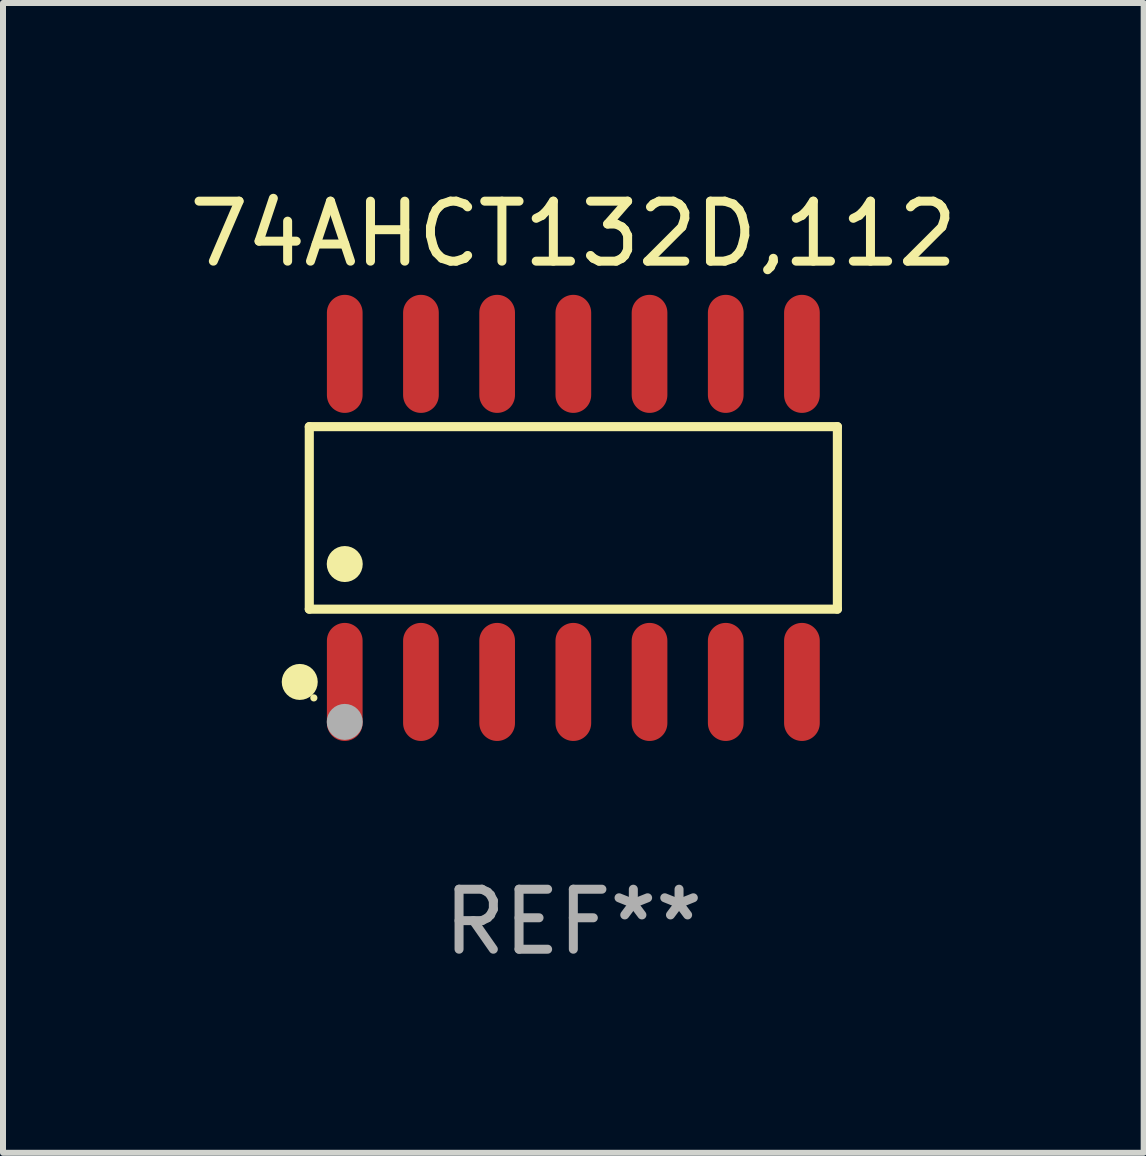
<source format=kicad_pcb>
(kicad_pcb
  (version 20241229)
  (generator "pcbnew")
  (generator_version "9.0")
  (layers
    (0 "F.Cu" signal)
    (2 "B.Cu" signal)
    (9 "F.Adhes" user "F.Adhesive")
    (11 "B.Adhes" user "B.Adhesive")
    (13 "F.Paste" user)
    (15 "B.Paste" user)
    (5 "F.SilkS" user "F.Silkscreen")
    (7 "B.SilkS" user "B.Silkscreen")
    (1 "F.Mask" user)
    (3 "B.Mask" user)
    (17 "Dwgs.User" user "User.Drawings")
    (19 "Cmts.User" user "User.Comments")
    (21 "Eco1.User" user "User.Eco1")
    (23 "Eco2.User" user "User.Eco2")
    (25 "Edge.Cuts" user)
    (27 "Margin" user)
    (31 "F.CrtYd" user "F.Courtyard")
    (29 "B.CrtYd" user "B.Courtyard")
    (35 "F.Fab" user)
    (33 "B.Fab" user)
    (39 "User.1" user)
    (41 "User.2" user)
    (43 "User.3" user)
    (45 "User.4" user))
  (footprint "74AHCT132D,112"
    (layer "F.Cu")
    (at 6.506 5.582)
    (property "Reference" "74AHCT132D,112" (at 0 -4.734 0) (layer "F.SilkS") (effects (font (size 1 1) (thickness 0.15))))
    (attr through_hole)
    (fp_line (start -4.401 -1.521) (end 4.401 -1.521) (stroke (width 0.152) (type solid)) (layer "F.SilkS"))
    (fp_line (start -4.401 1.521) (end -4.401 -1.521) (stroke (width 0.152) (type solid)) (layer "F.SilkS"))
    (fp_line (start 4.401 -1.521) (end 4.401 1.521) (stroke (width 0.152) (type solid)) (layer "F.SilkS"))
    (fp_line (start 4.401 1.521) (end -4.401 1.521) (stroke (width 0.152) (type solid)) (layer "F.SilkS"))
    (fp_circle (center -4.56 2.734) (end -4.41 2.734) (stroke (width 0.3) (type solid)) (fill no) (layer "F.SilkS"))
    (fp_circle (center -4.325 3) (end -4.295 3) (stroke (width 0.06) (type solid)) (fill no) (layer "F.SilkS"))
    (fp_circle (center -3.81 0.769) (end -3.66 0.769) (stroke (width 0.3) (type solid)) (fill no) (layer "F.SilkS"))
    (fp_circle (center -3.81 3.4) (end -3.66 3.4) (stroke (width 0.3) (type solid)) (fill no) (layer "F.Fab"))
    (fp_text user "REF**" (at 0 6.734 0) (layer "F.Fab") (effects (font (size 1 1) (thickness 0.15))))
    (pad "1" smd oval (at -3.81 2.734) (size 0.595 1.968) (layers "F.Cu" "F.Mask" "F.Paste"))
    (pad "2" smd oval (at -2.54 2.734) (size 0.595 1.968) (layers "F.Cu" "F.Mask" "F.Paste"))
    (pad "3" smd oval (at -1.27 2.734) (size 0.595 1.968) (layers "F.Cu" "F.Mask" "F.Paste"))
    (pad "4" smd oval (at 0 2.734) (size 0.595 1.968) (layers "F.Cu" "F.Mask" "F.Paste"))
    (pad "5" smd oval (at 1.27 2.734) (size 0.595 1.968) (layers "F.Cu" "F.Mask" "F.Paste"))
    (pad "6" smd oval (at 2.54 2.734) (size 0.595 1.968) (layers "F.Cu" "F.Mask" "F.Paste"))
    (pad "7" smd oval (at 3.81 2.734) (size 0.595 1.968) (layers "F.Cu" "F.Mask" "F.Paste"))
    (pad "8" smd oval (at 3.81 -2.734) (size 0.595 1.968) (layers "F.Cu" "F.Mask" "F.Paste"))
    (pad "9" smd oval (at 2.54 -2.734) (size 0.595 1.968) (layers "F.Cu" "F.Mask" "F.Paste"))
    (pad "10" smd oval (at 1.27 -2.734) (size 0.595 1.968) (layers "F.Cu" "F.Mask" "F.Paste"))
    (pad "11" smd oval (at 0 -2.734) (size 0.595 1.968) (layers "F.Cu" "F.Mask" "F.Paste"))
    (pad "12" smd oval (at -1.27 -2.734) (size 0.595 1.968) (layers "F.Cu" "F.Mask" "F.Paste"))
    (pad "13" smd oval (at -2.54 -2.734) (size 0.595 1.968) (layers "F.Cu" "F.Mask" "F.Paste"))
    (pad "14" smd oval (at -3.81 -2.734) (size 0.595 1.968) (layers "F.Cu" "F.Mask" "F.Paste")))
  (gr_rect
    (start -3 -3)
    (end 16.012 16.164)
    (stroke (width 0.1) (type default))
    (fill no)
    (layer "Edge.Cuts")))
</source>
